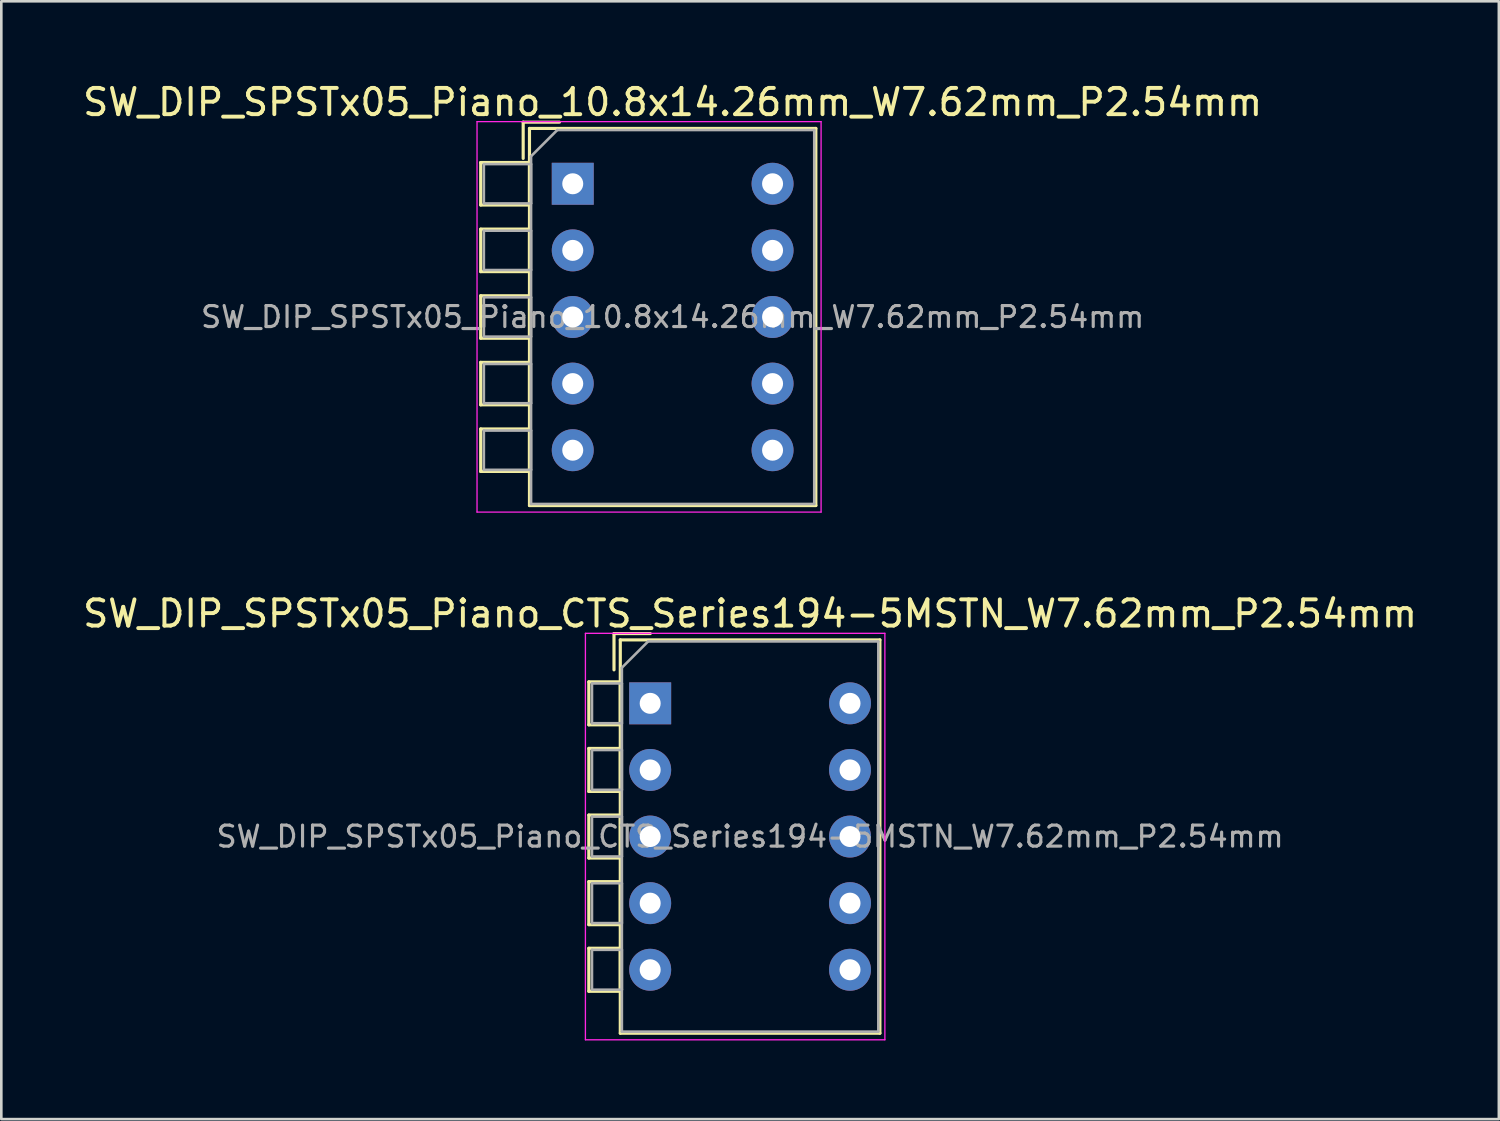
<source format=kicad_pcb>
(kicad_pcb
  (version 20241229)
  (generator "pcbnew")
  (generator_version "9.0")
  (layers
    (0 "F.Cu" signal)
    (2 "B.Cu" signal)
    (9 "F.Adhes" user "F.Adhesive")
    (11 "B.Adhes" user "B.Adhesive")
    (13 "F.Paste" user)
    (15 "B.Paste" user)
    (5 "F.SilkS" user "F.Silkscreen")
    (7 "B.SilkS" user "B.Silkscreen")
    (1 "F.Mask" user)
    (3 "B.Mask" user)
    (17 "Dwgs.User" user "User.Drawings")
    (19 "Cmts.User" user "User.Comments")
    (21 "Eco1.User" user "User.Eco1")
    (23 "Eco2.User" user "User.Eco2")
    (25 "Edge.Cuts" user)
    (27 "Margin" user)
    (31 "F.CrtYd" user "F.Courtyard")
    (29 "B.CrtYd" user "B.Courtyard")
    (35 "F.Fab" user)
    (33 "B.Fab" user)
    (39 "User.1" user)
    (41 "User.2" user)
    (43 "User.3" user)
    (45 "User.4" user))
  (footprint "SW_DIP_SPSTx05_Piano_CTS_Series194-5MSTN_W7.62mm_P2.54mm"
    (layer "F.Cu")
    (at 21.744 23.771)
    (property "Reference" "SW_DIP_SPSTx05_Piano_CTS_Series194-5MSTN_W7.62mm_P2.54mm" (at 3.81 -3.42 0) (layer "F.SilkS") (effects (font (size 1 1) (thickness 0.15))))
    (attr through_hole)
    (fp_line (start -2.34 -0.82) (end -2.34 0.82) (stroke (width 0.12) (type solid)) (layer "F.SilkS"))
    (fp_line (start -2.34 -0.82) (end -1.14 -0.82) (stroke (width 0.12) (type solid)) (layer "F.SilkS"))
    (fp_line (start -2.34 0.82) (end -1.14 0.82) (stroke (width 0.12) (type solid)) (layer "F.SilkS"))
    (fp_line (start -2.34 1.72) (end -2.34 3.36) (stroke (width 0.12) (type solid)) (layer "F.SilkS"))
    (fp_line (start -2.34 1.72) (end -1.14 1.72) (stroke (width 0.12) (type solid)) (layer "F.SilkS"))
    (fp_line (start -2.34 3.36) (end -1.14 3.36) (stroke (width 0.12) (type solid)) (layer "F.SilkS"))
    (fp_line (start -2.34 4.26) (end -2.34 5.9) (stroke (width 0.12) (type solid)) (layer "F.SilkS"))
    (fp_line (start -2.34 4.26) (end -1.14 4.26) (stroke (width 0.12) (type solid)) (layer "F.SilkS"))
    (fp_line (start -2.34 5.9) (end -1.14 5.9) (stroke (width 0.12) (type solid)) (layer "F.SilkS"))
    (fp_line (start -2.34 6.8) (end -2.34 8.44) (stroke (width 0.12) (type solid)) (layer "F.SilkS"))
    (fp_line (start -2.34 6.8) (end -1.14 6.8) (stroke (width 0.12) (type solid)) (layer "F.SilkS"))
    (fp_line (start -2.34 8.44) (end -1.14 8.44) (stroke (width 0.12) (type solid)) (layer "F.SilkS"))
    (fp_line (start -2.34 9.34) (end -2.34 10.98) (stroke (width 0.12) (type solid)) (layer "F.SilkS"))
    (fp_line (start -2.34 9.34) (end -1.14 9.34) (stroke (width 0.12) (type solid)) (layer "F.SilkS"))
    (fp_line (start -2.34 10.98) (end -1.14 10.98) (stroke (width 0.12) (type solid)) (layer "F.SilkS"))
    (fp_line (start -1.38 -2.66) (end -1.38 -1.277) (stroke (width 0.12) (type solid)) (layer "F.SilkS"))
    (fp_line (start -1.38 -2.66) (end 0.003 -2.66) (stroke (width 0.12) (type solid)) (layer "F.SilkS"))
    (fp_line (start -1.14 -2.42) (end -1.14 12.58) (stroke (width 0.12) (type solid)) (layer "F.SilkS"))
    (fp_line (start -1.14 -2.42) (end 8.76 -2.42) (stroke (width 0.12) (type solid)) (layer "F.SilkS"))
    (fp_line (start -1.14 -0.82) (end -1.14 0.82) (stroke (width 0.12) (type solid)) (layer "F.SilkS"))
    (fp_line (start -1.14 1.72) (end -1.14 3.36) (stroke (width 0.12) (type solid)) (layer "F.SilkS"))
    (fp_line (start -1.14 4.26) (end -1.14 5.9) (stroke (width 0.12) (type solid)) (layer "F.SilkS"))
    (fp_line (start -1.14 6.8) (end -1.14 8.44) (stroke (width 0.12) (type solid)) (layer "F.SilkS"))
    (fp_line (start -1.14 9.34) (end -1.14 10.98) (stroke (width 0.12) (type solid)) (layer "F.SilkS"))
    (fp_line (start -1.14 12.58) (end 8.76 12.58) (stroke (width 0.12) (type solid)) (layer "F.SilkS"))
    (fp_line (start 8.76 -2.42) (end 8.76 12.58) (stroke (width 0.12) (type solid)) (layer "F.SilkS"))
    (fp_line (start -2.47 -2.67) (end -2.47 12.83) (stroke (width 0.05) (type solid)) (layer "F.CrtYd"))
    (fp_line (start -2.47 12.83) (end 8.95 12.83) (stroke (width 0.05) (type solid)) (layer "F.CrtYd"))
    (fp_line (start 8.95 -2.67) (end -2.47 -2.67) (stroke (width 0.05) (type solid)) (layer "F.CrtYd"))
    (fp_line (start 8.95 12.83) (end 8.95 -2.67) (stroke (width 0.05) (type solid)) (layer "F.CrtYd"))
    (fp_line (start -2.22 -0.76) (end -1.08 -0.76) (stroke (width 0.1) (type solid)) (layer "F.Fab"))
    (fp_line (start -2.22 0.76) (end -2.22 -0.76) (stroke (width 0.1) (type solid)) (layer "F.Fab"))
    (fp_line (start -2.22 1.78) (end -1.08 1.78) (stroke (width 0.1) (type solid)) (layer "F.Fab"))
    (fp_line (start -2.22 3.3) (end -2.22 1.78) (stroke (width 0.1) (type solid)) (layer "F.Fab"))
    (fp_line (start -2.22 4.32) (end -1.08 4.32) (stroke (width 0.1) (type solid)) (layer "F.Fab"))
    (fp_line (start -2.22 5.84) (end -2.22 4.32) (stroke (width 0.1) (type solid)) (layer "F.Fab"))
    (fp_line (start -2.22 6.86) (end -1.08 6.86) (stroke (width 0.1) (type solid)) (layer "F.Fab"))
    (fp_line (start -2.22 8.38) (end -2.22 6.86) (stroke (width 0.1) (type solid)) (layer "F.Fab"))
    (fp_line (start -2.22 9.4) (end -1.08 9.4) (stroke (width 0.1) (type solid)) (layer "F.Fab"))
    (fp_line (start -2.22 10.92) (end -2.22 9.4) (stroke (width 0.1) (type solid)) (layer "F.Fab"))
    (fp_line (start -1.08 -1.36) (end -0.08 -2.36) (stroke (width 0.1) (type solid)) (layer "F.Fab"))
    (fp_line (start -1.08 -0.76) (end -1.08 0.76) (stroke (width 0.1) (type solid)) (layer "F.Fab"))
    (fp_line (start -1.08 0.76) (end -2.22 0.76) (stroke (width 0.1) (type solid)) (layer "F.Fab"))
    (fp_line (start -1.08 1.78) (end -1.08 3.3) (stroke (width 0.1) (type solid)) (layer "F.Fab"))
    (fp_line (start -1.08 3.3) (end -2.22 3.3) (stroke (width 0.1) (type solid)) (layer "F.Fab"))
    (fp_line (start -1.08 4.32) (end -1.08 5.84) (stroke (width 0.1) (type solid)) (layer "F.Fab"))
    (fp_line (start -1.08 5.84) (end -2.22 5.84) (stroke (width 0.1) (type solid)) (layer "F.Fab"))
    (fp_line (start -1.08 6.86) (end -1.08 8.38) (stroke (width 0.1) (type solid)) (layer "F.Fab"))
    (fp_line (start -1.08 8.38) (end -2.22 8.38) (stroke (width 0.1) (type solid)) (layer "F.Fab"))
    (fp_line (start -1.08 9.4) (end -1.08 10.92) (stroke (width 0.1) (type solid)) (layer "F.Fab"))
    (fp_line (start -1.08 10.92) (end -2.22 10.92) (stroke (width 0.1) (type solid)) (layer "F.Fab"))
    (fp_line (start -1.08 12.52) (end -1.08 -1.36) (stroke (width 0.1) (type solid)) (layer "F.Fab"))
    (fp_line (start -0.08 -2.36) (end 8.7 -2.36) (stroke (width 0.1) (type solid)) (layer "F.Fab"))
    (fp_line (start 8.7 -2.36) (end 8.7 12.52) (stroke (width 0.1) (type solid)) (layer "F.Fab"))
    (fp_line (start 8.7 12.52) (end -1.08 12.52) (stroke (width 0.1) (type solid)) (layer "F.Fab"))
    (fp_text user "${REFERENCE}" (at 3.81 5.08 0) (layer "F.Fab") (effects (font (size 0.8 0.8) (thickness 0.12))))
    (pad "1" thru_hole rect (at 0 0) (size 1.6 1.6) (drill 0.8) (layers "*.Cu" "*.Mask"))
    (pad "2" thru_hole circle (at 0 2.54) (size 1.6 1.6) (drill 0.8) (layers "*.Cu" "*.Mask"))
    (pad "3" thru_hole circle (at 0 5.08) (size 1.6 1.6) (drill 0.8) (layers "*.Cu" "*.Mask"))
    (pad "4" thru_hole circle (at 0 7.62) (size 1.6 1.6) (drill 0.8) (layers "*.Cu" "*.Mask"))
    (pad "5" thru_hole circle (at 0 10.16) (size 1.6 1.6) (drill 0.8) (layers "*.Cu" "*.Mask"))
    (pad "6" thru_hole circle (at 7.62 10.16) (size 1.6 1.6) (drill 0.8) (layers "*.Cu" "*.Mask"))
    (pad "7" thru_hole circle (at 7.62 7.62) (size 1.6 1.6) (drill 0.8) (layers "*.Cu" "*.Mask"))
    (pad "8" thru_hole circle (at 7.62 5.08) (size 1.6 1.6) (drill 0.8) (layers "*.Cu" "*.Mask"))
    (pad "9" thru_hole circle (at 7.62 2.54) (size 1.6 1.6) (drill 0.8) (layers "*.Cu" "*.Mask"))
    (pad "10" thru_hole circle (at 7.62 0) (size 1.6 1.6) (drill 0.8) (layers "*.Cu" "*.Mask")))
  (footprint "SW_DIP_SPSTx05_Piano_10.8x14.26mm_W7.62mm_P2.54mm"
    (layer "F.Cu")
    (at 18.791 3.958)
    (property "Reference" "SW_DIP_SPSTx05_Piano_10.8x14.26mm_W7.62mm_P2.54mm" (at 3.81 -3.11 0) (layer "F.SilkS") (effects (font (size 1 1) (thickness 0.15))))
    (attr through_hole)
    (fp_line (start -3.51 -0.81) (end -3.51 0.81) (stroke (width 0.12) (type solid)) (layer "F.SilkS"))
    (fp_line (start -3.51 -0.81) (end -1.65 -0.81) (stroke (width 0.12) (type solid)) (layer "F.SilkS"))
    (fp_line (start -3.51 0.81) (end -1.65 0.81) (stroke (width 0.12) (type solid)) (layer "F.SilkS"))
    (fp_line (start -3.51 1.73) (end -3.51 3.35) (stroke (width 0.12) (type solid)) (layer "F.SilkS"))
    (fp_line (start -3.51 1.73) (end -1.65 1.73) (stroke (width 0.12) (type solid)) (layer "F.SilkS"))
    (fp_line (start -3.51 3.35) (end -1.65 3.35) (stroke (width 0.12) (type solid)) (layer "F.SilkS"))
    (fp_line (start -3.51 4.27) (end -3.51 5.89) (stroke (width 0.12) (type solid)) (layer "F.SilkS"))
    (fp_line (start -3.51 4.27) (end -1.65 4.27) (stroke (width 0.12) (type solid)) (layer "F.SilkS"))
    (fp_line (start -3.51 5.89) (end -1.65 5.89) (stroke (width 0.12) (type solid)) (layer "F.SilkS"))
    (fp_line (start -3.51 6.81) (end -3.51 8.43) (stroke (width 0.12) (type solid)) (layer "F.SilkS"))
    (fp_line (start -3.51 6.81) (end -1.65 6.81) (stroke (width 0.12) (type solid)) (layer "F.SilkS"))
    (fp_line (start -3.51 8.43) (end -1.65 8.43) (stroke (width 0.12) (type solid)) (layer "F.SilkS"))
    (fp_line (start -3.51 9.35) (end -3.51 10.97) (stroke (width 0.12) (type solid)) (layer "F.SilkS"))
    (fp_line (start -3.51 9.35) (end -1.65 9.35) (stroke (width 0.12) (type solid)) (layer "F.SilkS"))
    (fp_line (start -3.51 10.97) (end -1.65 10.97) (stroke (width 0.12) (type solid)) (layer "F.SilkS"))
    (fp_line (start -1.89 -2.35) (end -1.89 -0.967) (stroke (width 0.12) (type solid)) (layer "F.SilkS"))
    (fp_line (start -1.89 -2.35) (end -0.507 -2.35) (stroke (width 0.12) (type solid)) (layer "F.SilkS"))
    (fp_line (start -1.65 -2.11) (end -1.65 12.27) (stroke (width 0.12) (type solid)) (layer "F.SilkS"))
    (fp_line (start -1.65 -2.11) (end 9.27 -2.11) (stroke (width 0.12) (type solid)) (layer "F.SilkS"))
    (fp_line (start -1.65 -0.81) (end -1.65 0.81) (stroke (width 0.12) (type solid)) (layer "F.SilkS"))
    (fp_line (start -1.65 1.73) (end -1.65 3.35) (stroke (width 0.12) (type solid)) (layer "F.SilkS"))
    (fp_line (start -1.65 4.27) (end -1.65 5.89) (stroke (width 0.12) (type solid)) (layer "F.SilkS"))
    (fp_line (start -1.65 6.81) (end -1.65 8.43) (stroke (width 0.12) (type solid)) (layer "F.SilkS"))
    (fp_line (start -1.65 9.35) (end -1.65 10.97) (stroke (width 0.12) (type solid)) (layer "F.SilkS"))
    (fp_line (start -1.65 12.27) (end 9.27 12.27) (stroke (width 0.12) (type solid)) (layer "F.SilkS"))
    (fp_line (start 9.27 -2.11) (end 9.27 12.27) (stroke (width 0.12) (type solid)) (layer "F.SilkS"))
    (fp_line (start -3.65 -2.37) (end -3.65 12.52) (stroke (width 0.05) (type solid)) (layer "F.CrtYd"))
    (fp_line (start -3.65 12.52) (end 9.47 12.52) (stroke (width 0.05) (type solid)) (layer "F.CrtYd"))
    (fp_line (start 9.47 -2.37) (end -3.65 -2.37) (stroke (width 0.05) (type solid)) (layer "F.CrtYd"))
    (fp_line (start 9.47 12.52) (end 9.47 -2.37) (stroke (width 0.05) (type solid)) (layer "F.CrtYd"))
    (fp_line (start -3.39 -0.75) (end -1.59 -0.75) (stroke (width 0.1) (type solid)) (layer "F.Fab"))
    (fp_line (start -3.39 0.75) (end -3.39 -0.75) (stroke (width 0.1) (type solid)) (layer "F.Fab"))
    (fp_line (start -3.39 1.79) (end -1.59 1.79) (stroke (width 0.1) (type solid)) (layer "F.Fab"))
    (fp_line (start -3.39 3.29) (end -3.39 1.79) (stroke (width 0.1) (type solid)) (layer "F.Fab"))
    (fp_line (start -3.39 4.33) (end -1.59 4.33) (stroke (width 0.1) (type solid)) (layer "F.Fab"))
    (fp_line (start -3.39 5.83) (end -3.39 4.33) (stroke (width 0.1) (type solid)) (layer "F.Fab"))
    (fp_line (start -3.39 6.87) (end -1.59 6.87) (stroke (width 0.1) (type solid)) (layer "F.Fab"))
    (fp_line (start -3.39 8.37) (end -3.39 6.87) (stroke (width 0.1) (type solid)) (layer "F.Fab"))
    (fp_line (start -3.39 9.41) (end -1.59 9.41) (stroke (width 0.1) (type solid)) (layer "F.Fab"))
    (fp_line (start -3.39 10.91) (end -3.39 9.41) (stroke (width 0.1) (type solid)) (layer "F.Fab"))
    (fp_line (start -1.59 -1.05) (end -0.59 -2.05) (stroke (width 0.1) (type solid)) (layer "F.Fab"))
    (fp_line (start -1.59 -0.75) (end -1.59 0.75) (stroke (width 0.1) (type solid)) (layer "F.Fab"))
    (fp_line (start -1.59 0.75) (end -3.39 0.75) (stroke (width 0.1) (type solid)) (layer "F.Fab"))
    (fp_line (start -1.59 1.79) (end -1.59 3.29) (stroke (width 0.1) (type solid)) (layer "F.Fab"))
    (fp_line (start -1.59 3.29) (end -3.39 3.29) (stroke (width 0.1) (type solid)) (layer "F.Fab"))
    (fp_line (start -1.59 4.33) (end -1.59 5.83) (stroke (width 0.1) (type solid)) (layer "F.Fab"))
    (fp_line (start -1.59 5.83) (end -3.39 5.83) (stroke (width 0.1) (type solid)) (layer "F.Fab"))
    (fp_line (start -1.59 6.87) (end -1.59 8.37) (stroke (width 0.1) (type solid)) (layer "F.Fab"))
    (fp_line (start -1.59 8.37) (end -3.39 8.37) (stroke (width 0.1) (type solid)) (layer "F.Fab"))
    (fp_line (start -1.59 9.41) (end -1.59 10.91) (stroke (width 0.1) (type solid)) (layer "F.Fab"))
    (fp_line (start -1.59 10.91) (end -3.39 10.91) (stroke (width 0.1) (type solid)) (layer "F.Fab"))
    (fp_line (start -1.59 12.21) (end -1.59 -1.05) (stroke (width 0.1) (type solid)) (layer "F.Fab"))
    (fp_line (start -0.59 -2.05) (end 9.21 -2.05) (stroke (width 0.1) (type solid)) (layer "F.Fab"))
    (fp_line (start 9.21 -2.05) (end 9.21 12.21) (stroke (width 0.1) (type solid)) (layer "F.Fab"))
    (fp_line (start 9.21 12.21) (end -1.59 12.21) (stroke (width 0.1) (type solid)) (layer "F.Fab"))
    (fp_text user "${REFERENCE}" (at 3.81 5.08 0) (layer "F.Fab") (effects (font (size 0.8 0.8) (thickness 0.12))))
    (pad "1" thru_hole rect (at 0 0) (size 1.6 1.6) (drill 0.8) (layers "*.Cu" "*.Mask"))
    (pad "2" thru_hole circle (at 0 2.54) (size 1.6 1.6) (drill 0.8) (layers "*.Cu" "*.Mask"))
    (pad "3" thru_hole circle (at 0 5.08) (size 1.6 1.6) (drill 0.8) (layers "*.Cu" "*.Mask"))
    (pad "4" thru_hole circle (at 0 7.62) (size 1.6 1.6) (drill 0.8) (layers "*.Cu" "*.Mask"))
    (pad "5" thru_hole circle (at 0 10.16) (size 1.6 1.6) (drill 0.8) (layers "*.Cu" "*.Mask"))
    (pad "6" thru_hole circle (at 7.62 10.16) (size 1.6 1.6) (drill 0.8) (layers "*.Cu" "*.Mask"))
    (pad "7" thru_hole circle (at 7.62 7.62) (size 1.6 1.6) (drill 0.8) (layers "*.Cu" "*.Mask"))
    (pad "8" thru_hole circle (at 7.62 5.08) (size 1.6 1.6) (drill 0.8) (layers "*.Cu" "*.Mask"))
    (pad "9" thru_hole circle (at 7.62 2.54) (size 1.6 1.6) (drill 0.8) (layers "*.Cu" "*.Mask"))
    (pad "10" thru_hole circle (at 7.62 0) (size 1.6 1.6) (drill 0.8) (layers "*.Cu" "*.Mask")))
  (gr_rect
    (start -3 -3)
    (end 54.107 39.627)
    (stroke (width 0.1) (type default))
    (fill no)
    (layer "Edge.Cuts")))
</source>
